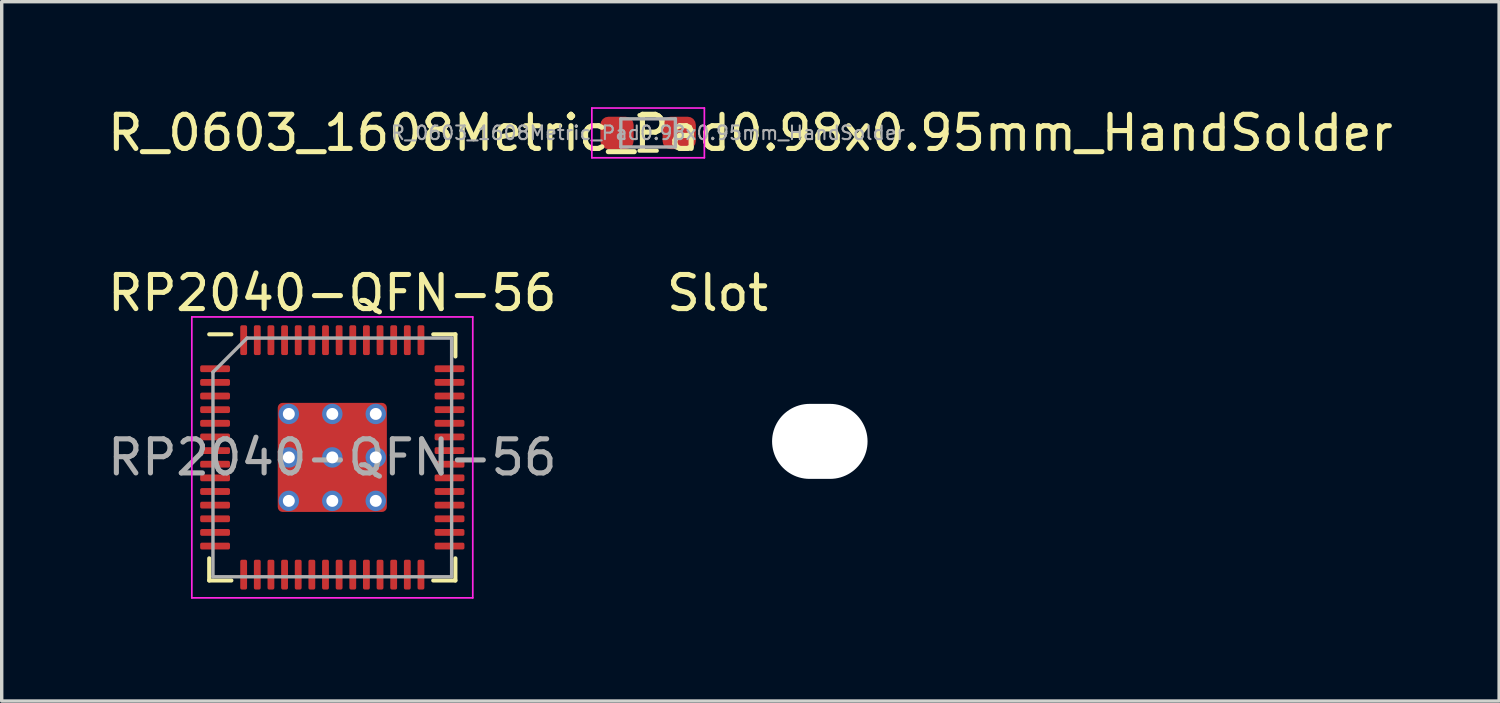
<source format=kicad_pcb>
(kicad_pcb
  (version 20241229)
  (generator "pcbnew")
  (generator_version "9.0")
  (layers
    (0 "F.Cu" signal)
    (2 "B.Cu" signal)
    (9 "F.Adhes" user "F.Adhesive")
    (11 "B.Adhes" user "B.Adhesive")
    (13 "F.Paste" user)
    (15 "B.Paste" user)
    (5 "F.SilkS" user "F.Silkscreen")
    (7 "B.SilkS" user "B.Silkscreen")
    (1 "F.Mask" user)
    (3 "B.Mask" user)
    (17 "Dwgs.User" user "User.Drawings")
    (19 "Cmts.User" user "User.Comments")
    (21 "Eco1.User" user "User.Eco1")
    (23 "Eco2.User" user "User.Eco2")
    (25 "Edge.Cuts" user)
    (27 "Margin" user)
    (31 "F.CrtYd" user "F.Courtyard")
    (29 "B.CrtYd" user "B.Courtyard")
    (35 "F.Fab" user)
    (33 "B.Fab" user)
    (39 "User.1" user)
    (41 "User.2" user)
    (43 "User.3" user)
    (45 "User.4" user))
  (footprint "RP2040-QFN-56"
    (layer "F.Cu")
    (at 6.696 10.365)
    (property "Reference" "RP2040-QFN-56" (at 0 -4.82 0) (layer "F.SilkS") (effects (font (size 1 1) (thickness 0.15))))
    (attr smd)
    (fp_line (start -3.61 3.61) (end -3.61 2.96) (stroke (width 0.12) (type solid)) (layer "F.SilkS"))
    (fp_line (start -2.96 -3.61) (end -3.61 -3.61) (stroke (width 0.12) (type solid)) (layer "F.SilkS"))
    (fp_line (start -2.96 3.61) (end -3.61 3.61) (stroke (width 0.12) (type solid)) (layer "F.SilkS"))
    (fp_line (start 2.96 -3.61) (end 3.61 -3.61) (stroke (width 0.12) (type solid)) (layer "F.SilkS"))
    (fp_line (start 2.96 3.61) (end 3.61 3.61) (stroke (width 0.12) (type solid)) (layer "F.SilkS"))
    (fp_line (start 3.61 -3.61) (end 3.61 -2.96) (stroke (width 0.12) (type solid)) (layer "F.SilkS"))
    (fp_line (start 3.61 3.61) (end 3.61 2.96) (stroke (width 0.12) (type solid)) (layer "F.SilkS"))
    (fp_line (start -4.12 -4.12) (end -4.12 4.12) (stroke (width 0.05) (type solid)) (layer "F.CrtYd"))
    (fp_line (start -4.12 4.12) (end 4.12 4.12) (stroke (width 0.05) (type solid)) (layer "F.CrtYd"))
    (fp_line (start 4.12 -4.12) (end -4.12 -4.12) (stroke (width 0.05) (type solid)) (layer "F.CrtYd"))
    (fp_line (start 4.12 4.12) (end 4.12 -4.12) (stroke (width 0.05) (type solid)) (layer "F.CrtYd"))
    (fp_line (start -3.5 -2.5) (end -2.5 -3.5) (stroke (width 0.1) (type solid)) (layer "F.Fab"))
    (fp_line (start -3.5 3.5) (end -3.5 -2.5) (stroke (width 0.1) (type solid)) (layer "F.Fab"))
    (fp_line (start -2.5 -3.5) (end 3.5 -3.5) (stroke (width 0.1) (type solid)) (layer "F.Fab"))
    (fp_line (start 3.5 -3.5) (end 3.5 3.5) (stroke (width 0.1) (type solid)) (layer "F.Fab"))
    (fp_line (start 3.5 3.5) (end -3.5 3.5) (stroke (width 0.1) (type solid)) (layer "F.Fab"))
    (fp_text user "${REFERENCE}" (at 0 0 0) (layer "F.Fab") (effects (font (size 1 1) (thickness 0.15))))
    (pad "" smd roundrect (at -0.637 -0.637) (size 1.084 1.084) (layers "F.Paste") (roundrect_rratio 0.231))
    (pad "" smd roundrect (at -0.637 0.637) (size 1.084 1.084) (layers "F.Paste") (roundrect_rratio 0.231))
    (pad "" smd roundrect (at 0.637 -0.637) (size 1.084 1.084) (layers "F.Paste") (roundrect_rratio 0.231))
    (pad "" smd roundrect (at 0.637 0.637) (size 1.084 1.084) (layers "F.Paste") (roundrect_rratio 0.231))
    (pad "1" smd roundrect (at -3.438 -2.6) (size 0.875 0.2) (layers "F.Cu" "F.Mask" "F.Paste") (roundrect_rratio 0.25))
    (pad "2" smd roundrect (at -3.438 -2.2) (size 0.875 0.2) (layers "F.Cu" "F.Mask" "F.Paste") (roundrect_rratio 0.25))
    (pad "3" smd roundrect (at -3.438 -1.8) (size 0.875 0.2) (layers "F.Cu" "F.Mask" "F.Paste") (roundrect_rratio 0.25))
    (pad "4" smd roundrect (at -3.438 -1.4) (size 0.875 0.2) (layers "F.Cu" "F.Mask" "F.Paste") (roundrect_rratio 0.25))
    (pad "5" smd roundrect (at -3.438 -1) (size 0.875 0.2) (layers "F.Cu" "F.Mask" "F.Paste") (roundrect_rratio 0.25))
    (pad "6" smd roundrect (at -3.438 -0.6) (size 0.875 0.2) (layers "F.Cu" "F.Mask" "F.Paste") (roundrect_rratio 0.25))
    (pad "7" smd roundrect (at -3.438 -0.2) (size 0.875 0.2) (layers "F.Cu" "F.Mask" "F.Paste") (roundrect_rratio 0.25))
    (pad "8" smd roundrect (at -3.438 0.2) (size 0.875 0.2) (layers "F.Cu" "F.Mask" "F.Paste") (roundrect_rratio 0.25))
    (pad "9" smd roundrect (at -3.438 0.6) (size 0.875 0.2) (layers "F.Cu" "F.Mask" "F.Paste") (roundrect_rratio 0.25))
    (pad "10" smd roundrect (at -3.438 1) (size 0.875 0.2) (layers "F.Cu" "F.Mask" "F.Paste") (roundrect_rratio 0.25))
    (pad "11" smd roundrect (at -3.438 1.4) (size 0.875 0.2) (layers "F.Cu" "F.Mask" "F.Paste") (roundrect_rratio 0.25))
    (pad "12" smd roundrect (at -3.438 1.8) (size 0.875 0.2) (layers "F.Cu" "F.Mask" "F.Paste") (roundrect_rratio 0.25))
    (pad "13" smd roundrect (at -3.438 2.2) (size 0.875 0.2) (layers "F.Cu" "F.Mask" "F.Paste") (roundrect_rratio 0.25))
    (pad "14" smd roundrect (at -3.438 2.6) (size 0.875 0.2) (layers "F.Cu" "F.Mask" "F.Paste") (roundrect_rratio 0.25))
    (pad "15" smd roundrect (at -2.6 3.438) (size 0.2 0.875) (layers "F.Cu" "F.Mask" "F.Paste") (roundrect_rratio 0.25))
    (pad "16" smd roundrect (at -2.2 3.438) (size 0.2 0.875) (layers "F.Cu" "F.Mask" "F.Paste") (roundrect_rratio 0.25))
    (pad "17" smd roundrect (at -1.8 3.438) (size 0.2 0.875) (layers "F.Cu" "F.Mask" "F.Paste") (roundrect_rratio 0.25))
    (pad "18" smd roundrect (at -1.4 3.438) (size 0.2 0.875) (layers "F.Cu" "F.Mask" "F.Paste") (roundrect_rratio 0.25))
    (pad "19" smd roundrect (at -1 3.438) (size 0.2 0.875) (layers "F.Cu" "F.Mask" "F.Paste") (roundrect_rratio 0.25))
    (pad "20" smd roundrect (at -0.6 3.438) (size 0.2 0.875) (layers "F.Cu" "F.Mask" "F.Paste") (roundrect_rratio 0.25))
    (pad "21" smd roundrect (at -0.2 3.438) (size 0.2 0.875) (layers "F.Cu" "F.Mask" "F.Paste") (roundrect_rratio 0.25))
    (pad "22" smd roundrect (at 0.2 3.438) (size 0.2 0.875) (layers "F.Cu" "F.Mask" "F.Paste") (roundrect_rratio 0.25))
    (pad "23" smd roundrect (at 0.6 3.438) (size 0.2 0.875) (layers "F.Cu" "F.Mask" "F.Paste") (roundrect_rratio 0.25))
    (pad "24" smd roundrect (at 1 3.438) (size 0.2 0.875) (layers "F.Cu" "F.Mask" "F.Paste") (roundrect_rratio 0.25))
    (pad "25" smd roundrect (at 1.4 3.438) (size 0.2 0.875) (layers "F.Cu" "F.Mask" "F.Paste") (roundrect_rratio 0.25))
    (pad "26" smd roundrect (at 1.8 3.438) (size 0.2 0.875) (layers "F.Cu" "F.Mask" "F.Paste") (roundrect_rratio 0.25))
    (pad "27" smd roundrect (at 2.2 3.438) (size 0.2 0.875) (layers "F.Cu" "F.Mask" "F.Paste") (roundrect_rratio 0.25))
    (pad "28" smd roundrect (at 2.6 3.438) (size 0.2 0.875) (layers "F.Cu" "F.Mask" "F.Paste") (roundrect_rratio 0.25))
    (pad "29" smd roundrect (at 3.438 2.6) (size 0.875 0.2) (layers "F.Cu" "F.Mask" "F.Paste") (roundrect_rratio 0.25))
    (pad "30" smd roundrect (at 3.438 2.2) (size 0.875 0.2) (layers "F.Cu" "F.Mask" "F.Paste") (roundrect_rratio 0.25))
    (pad "31" smd roundrect (at 3.438 1.8) (size 0.875 0.2) (layers "F.Cu" "F.Mask" "F.Paste") (roundrect_rratio 0.25))
    (pad "32" smd roundrect (at 3.438 1.4) (size 0.875 0.2) (layers "F.Cu" "F.Mask" "F.Paste") (roundrect_rratio 0.25))
    (pad "33" smd roundrect (at 3.438 1) (size 0.875 0.2) (layers "F.Cu" "F.Mask" "F.Paste") (roundrect_rratio 0.25))
    (pad "34" smd roundrect (at 3.438 0.6) (size 0.875 0.2) (layers "F.Cu" "F.Mask" "F.Paste") (roundrect_rratio 0.25))
    (pad "35" smd roundrect (at 3.438 0.2) (size 0.875 0.2) (layers "F.Cu" "F.Mask" "F.Paste") (roundrect_rratio 0.25))
    (pad "36" smd roundrect (at 3.438 -0.2) (size 0.875 0.2) (layers "F.Cu" "F.Mask" "F.Paste") (roundrect_rratio 0.25))
    (pad "37" smd roundrect (at 3.438 -0.6) (size 0.875 0.2) (layers "F.Cu" "F.Mask" "F.Paste") (roundrect_rratio 0.25))
    (pad "38" smd roundrect (at 3.438 -1) (size 0.875 0.2) (layers "F.Cu" "F.Mask" "F.Paste") (roundrect_rratio 0.25))
    (pad "39" smd roundrect (at 3.438 -1.4) (size 0.875 0.2) (layers "F.Cu" "F.Mask" "F.Paste") (roundrect_rratio 0.25))
    (pad "40" smd roundrect (at 3.438 -1.8) (size 0.875 0.2) (layers "F.Cu" "F.Mask" "F.Paste") (roundrect_rratio 0.25))
    (pad "41" smd roundrect (at 3.438 -2.2) (size 0.875 0.2) (layers "F.Cu" "F.Mask" "F.Paste") (roundrect_rratio 0.25))
    (pad "42" smd roundrect (at 3.438 -2.6) (size 0.875 0.2) (layers "F.Cu" "F.Mask" "F.Paste") (roundrect_rratio 0.25))
    (pad "43" smd roundrect (at 2.6 -3.438) (size 0.2 0.875) (layers "F.Cu" "F.Mask" "F.Paste") (roundrect_rratio 0.25))
    (pad "44" smd roundrect (at 2.2 -3.438) (size 0.2 0.875) (layers "F.Cu" "F.Mask" "F.Paste") (roundrect_rratio 0.25))
    (pad "45" smd roundrect (at 1.8 -3.438) (size 0.2 0.875) (layers "F.Cu" "F.Mask" "F.Paste") (roundrect_rratio 0.25))
    (pad "46" smd roundrect (at 1.4 -3.438) (size 0.2 0.875) (layers "F.Cu" "F.Mask" "F.Paste") (roundrect_rratio 0.25))
    (pad "47" smd roundrect (at 1 -3.438) (size 0.2 0.875) (layers "F.Cu" "F.Mask" "F.Paste") (roundrect_rratio 0.25))
    (pad "48" smd roundrect (at 0.6 -3.438) (size 0.2 0.875) (layers "F.Cu" "F.Mask" "F.Paste") (roundrect_rratio 0.25))
    (pad "49" smd roundrect (at 0.2 -3.438) (size 0.2 0.875) (layers "F.Cu" "F.Mask" "F.Paste") (roundrect_rratio 0.25))
    (pad "50" smd roundrect (at -0.2 -3.438) (size 0.2 0.875) (layers "F.Cu" "F.Mask" "F.Paste") (roundrect_rratio 0.25))
    (pad "51" smd roundrect (at -0.6 -3.438) (size 0.2 0.875) (layers "F.Cu" "F.Mask" "F.Paste") (roundrect_rratio 0.25))
    (pad "52" smd roundrect (at -1 -3.438) (size 0.2 0.875) (layers "F.Cu" "F.Mask" "F.Paste") (roundrect_rratio 0.25))
    (pad "53" smd roundrect (at -1.4 -3.438) (size 0.2 0.875) (layers "F.Cu" "F.Mask" "F.Paste") (roundrect_rratio 0.25))
    (pad "54" smd roundrect (at -1.8 -3.438) (size 0.2 0.875) (layers "F.Cu" "F.Mask" "F.Paste") (roundrect_rratio 0.25))
    (pad "55" smd roundrect (at -2.2 -3.438) (size 0.2 0.875) (layers "F.Cu" "F.Mask" "F.Paste") (roundrect_rratio 0.25))
    (pad "56" smd roundrect (at -2.6 -3.438) (size 0.2 0.875) (layers "F.Cu" "F.Mask" "F.Paste") (roundrect_rratio 0.25))
    (pad "57" thru_hole circle (at -1.275 -1.275) (size 0.6 0.6) (drill 0.35) (layers "*.Cu"))
    (pad "57" thru_hole circle (at -1.275 0) (size 0.6 0.6) (drill 0.35) (layers "*.Cu"))
    (pad "57" thru_hole circle (at -1.275 1.275) (size 0.6 0.6) (drill 0.35) (layers "*.Cu"))
    (pad "57" thru_hole circle (at 0 -1.275) (size 0.6 0.6) (drill 0.35) (layers "*.Cu"))
    (pad "57" thru_hole circle (at 0 0) (size 0.6 0.6) (drill 0.35) (layers "*.Cu"))
    (pad "57" smd roundrect (at 0 0) (size 3.2 3.2) (layers "F.Cu" "F.Mask") (roundrect_rratio 0.045))
    (pad "57" thru_hole circle (at 0 1.275) (size 0.6 0.6) (drill 0.35) (layers "*.Cu"))
    (pad "57" thru_hole circle (at 1.275 -1.275) (size 0.6 0.6) (drill 0.35) (layers "*.Cu"))
    (pad "57" thru_hole circle (at 1.275 0) (size 0.6 0.6) (drill 0.35) (layers "*.Cu"))
    (pad "57" thru_hole circle (at 1.275 1.275) (size 0.6 0.6) (drill 0.35) (layers "*.Cu")))
  (footprint "Slot"
    (layer "F.Cu")
    (at 20.994 9.895)
    (property "Reference" "Slot" (at -3 -4.35 0) (layer "F.SilkS") (effects (font (size 1 1) (thickness 0.15))))
    (attr through_hole)
    (pad "" np_thru_hole oval (at 0 0) (size 2.8 2.2) (drill oval 2.8 2.2) (layers "*.Cu" "*.Mask")))
  (footprint "R_0603_1608Metric_Pad0.98x0.95mm_HandSolder"
    (layer "F.Cu")
    (at 15.958 0.848)
    (property "Reference" "R_0603_1608Metric_Pad0.98x0.95mm_HandSolder" (at 3 0 180) (layer "F.SilkS") (effects (font (size 1 1) (thickness 0.15))))
    (attr smd)
    (fp_line (start -0.255 -0.522) (end 0.255 -0.522) (stroke (width 0.12) (type solid)) (layer "F.SilkS"))
    (fp_line (start -0.255 0.522) (end 0.255 0.522) (stroke (width 0.12) (type solid)) (layer "F.SilkS"))
    (fp_line (start -1.65 -0.73) (end 1.65 -0.73) (stroke (width 0.05) (type solid)) (layer "F.CrtYd"))
    (fp_line (start -1.65 0.73) (end -1.65 -0.73) (stroke (width 0.05) (type solid)) (layer "F.CrtYd"))
    (fp_line (start 1.65 -0.73) (end 1.65 0.73) (stroke (width 0.05) (type solid)) (layer "F.CrtYd"))
    (fp_line (start 1.65 0.73) (end -1.65 0.73) (stroke (width 0.05) (type solid)) (layer "F.CrtYd"))
    (fp_line (start -0.8 -0.412) (end 0.8 -0.412) (stroke (width 0.1) (type solid)) (layer "F.Fab"))
    (fp_line (start -0.8 0.412) (end -0.8 -0.412) (stroke (width 0.1) (type solid)) (layer "F.Fab"))
    (fp_line (start 0.8 -0.412) (end 0.8 0.412) (stroke (width 0.1) (type solid)) (layer "F.Fab"))
    (fp_line (start 0.8 0.412) (end -0.8 0.412) (stroke (width 0.1) (type solid)) (layer "F.Fab"))
    (fp_text user "${REFERENCE}" (at 0 0 180) (layer "F.Fab") (effects (font (size 0.4 0.4) (thickness 0.06))))
    (pad "1" smd roundrect (at -0.912 0) (size 0.975 0.95) (layers "F.Cu" "F.Mask" "F.Paste") (roundrect_rratio 0.25))
    (pad "2" smd roundrect (at 0.912 0) (size 0.975 0.95) (layers "F.Cu" "F.Mask" "F.Paste") (roundrect_rratio 0.25)))
  (gr_rect
    (start -3 -3)
    (end 40.917 17.51)
    (stroke (width 0.1) (type default))
    (fill no)
    (layer "Edge.Cuts")))
</source>
